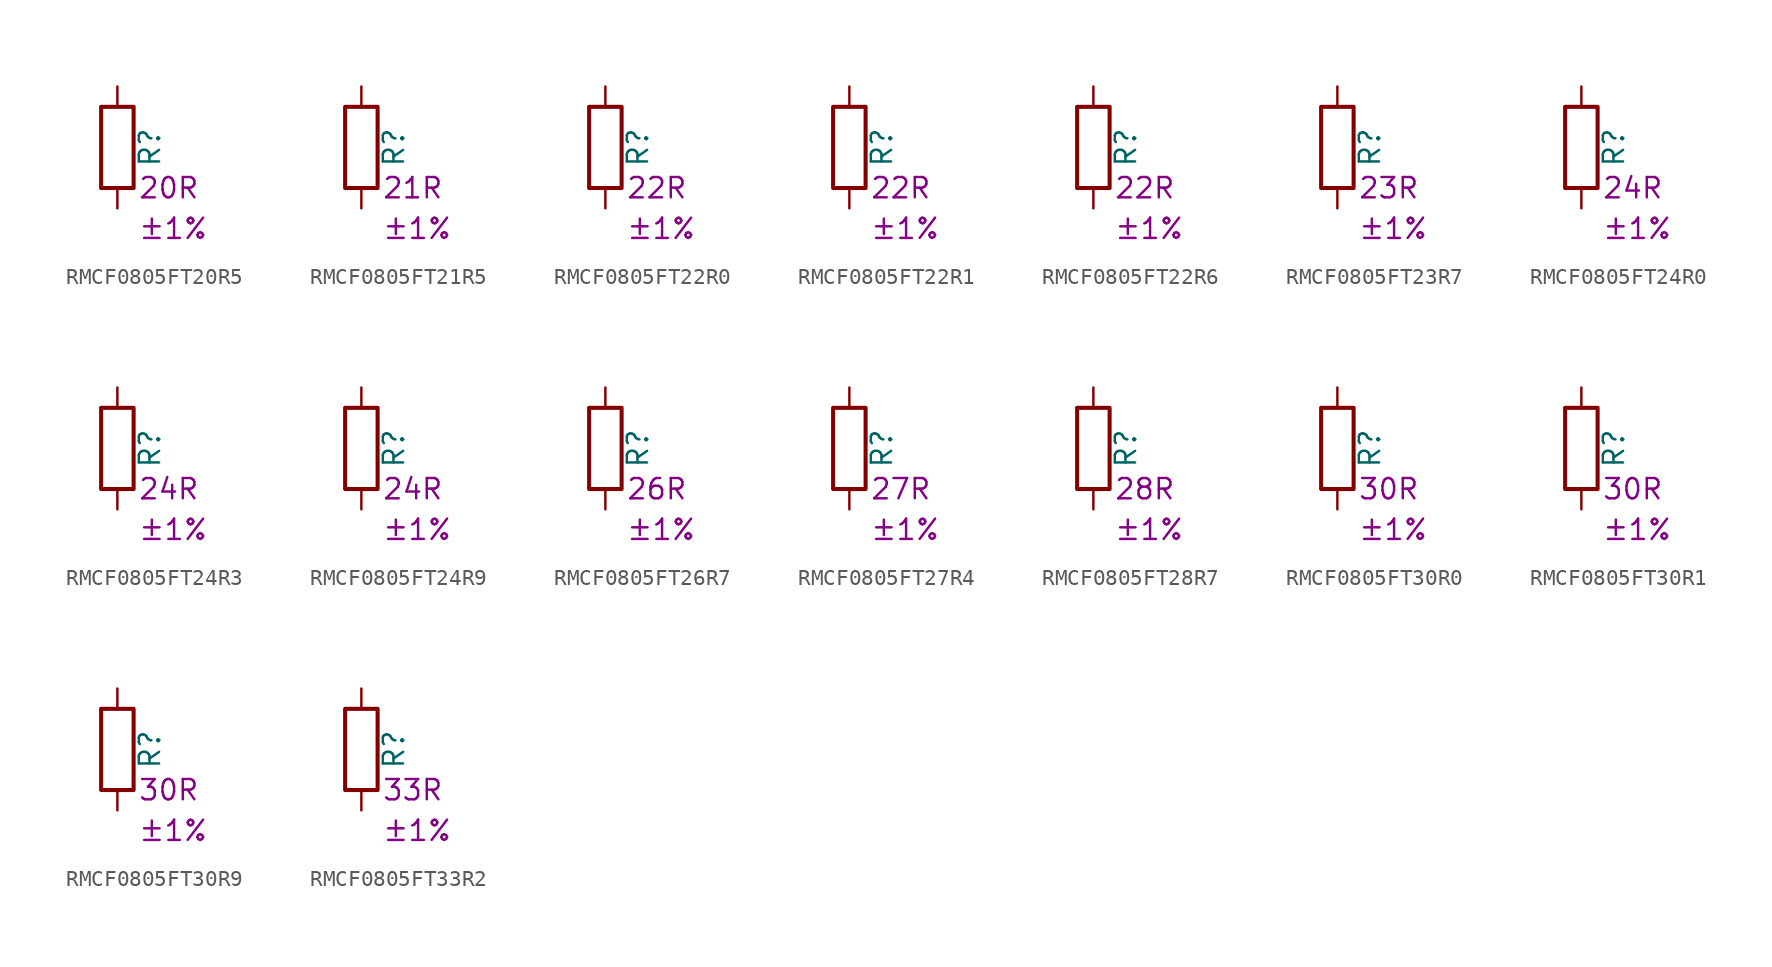
<source format=kicad_sym>
(kicad_symbol_lib
  (version 20220914)
  (generator kicad_symbol_editor)
  (symbol "RMCF0805FT20R5"
    (pin_numbers hide)
    (pin_names
      (offset 0))
    (property "Reference" "R"
      (at 2.032 0 90)
      (effects (font (size 1.27 1.27))))
    (property "Resistance" "20R"
      (at 1.27 -2.54 0)
      (effects (font (size 1.27 1.27)) (justify left)))
    (property "Tolerance" "±1%"
      (at 1.27 -5.08 0)
      (effects (font (size 1.27 1.27)) (justify left)))
    (symbol "RMCF0805FT20R5_0_1"
      (rectangle (start -1.016 -2.54) (end 1.016 2.54) (stroke (width 0.254) (type default)) (fill (type none))))
    (symbol "RMCF0805FT20R5_1_1"
      (pin passive line (at 0 3.81 270) (length 1.27) (name "~" (effects (font (size 1.27 1.27)))) (number "1" (effects (font (size 1.27 1.27)))))
      (pin passive line (at 0 -3.81 90) (length 1.27) (name "~" (effects (font (size 1.27 1.27)))) (number "2" (effects (font (size 1.27 1.27)))))))
  (symbol "RMCF0805FT21R5"
    (pin_numbers hide)
    (pin_names
      (offset 0))
    (property "Reference" "R"
      (at 2.032 0 90)
      (effects (font (size 1.27 1.27))))
    (property "Resistance" "21R"
      (at 1.27 -2.54 0)
      (effects (font (size 1.27 1.27)) (justify left)))
    (property "Tolerance" "±1%"
      (at 1.27 -5.08 0)
      (effects (font (size 1.27 1.27)) (justify left)))
    (symbol "RMCF0805FT21R5_0_1"
      (rectangle (start -1.016 -2.54) (end 1.016 2.54) (stroke (width 0.254) (type default)) (fill (type none))))
    (symbol "RMCF0805FT21R5_1_1"
      (pin passive line (at 0 3.81 270) (length 1.27) (name "~" (effects (font (size 1.27 1.27)))) (number "1" (effects (font (size 1.27 1.27)))))
      (pin passive line (at 0 -3.81 90) (length 1.27) (name "~" (effects (font (size 1.27 1.27)))) (number "2" (effects (font (size 1.27 1.27)))))))
  (symbol "RMCF0805FT22R0"
    (pin_numbers hide)
    (pin_names
      (offset 0))
    (property "Reference" "R"
      (at 2.032 0 90)
      (effects (font (size 1.27 1.27))))
    (property "Resistance" "22R"
      (at 1.27 -2.54 0)
      (effects (font (size 1.27 1.27)) (justify left)))
    (property "Tolerance" "±1%"
      (at 1.27 -5.08 0)
      (effects (font (size 1.27 1.27)) (justify left)))
    (symbol "RMCF0805FT22R0_0_1"
      (rectangle (start -1.016 -2.54) (end 1.016 2.54) (stroke (width 0.254) (type default)) (fill (type none))))
    (symbol "RMCF0805FT22R0_1_1"
      (pin passive line (at 0 3.81 270) (length 1.27) (name "~" (effects (font (size 1.27 1.27)))) (number "1" (effects (font (size 1.27 1.27)))))
      (pin passive line (at 0 -3.81 90) (length 1.27) (name "~" (effects (font (size 1.27 1.27)))) (number "2" (effects (font (size 1.27 1.27)))))))
  (symbol "RMCF0805FT22R1"
    (pin_numbers hide)
    (pin_names
      (offset 0))
    (property "Reference" "R"
      (at 2.032 0 90)
      (effects (font (size 1.27 1.27))))
    (property "Resistance" "22R"
      (at 1.27 -2.54 0)
      (effects (font (size 1.27 1.27)) (justify left)))
    (property "Tolerance" "±1%"
      (at 1.27 -5.08 0)
      (effects (font (size 1.27 1.27)) (justify left)))
    (symbol "RMCF0805FT22R1_0_1"
      (rectangle (start -1.016 -2.54) (end 1.016 2.54) (stroke (width 0.254) (type default)) (fill (type none))))
    (symbol "RMCF0805FT22R1_1_1"
      (pin passive line (at 0 3.81 270) (length 1.27) (name "~" (effects (font (size 1.27 1.27)))) (number "1" (effects (font (size 1.27 1.27)))))
      (pin passive line (at 0 -3.81 90) (length 1.27) (name "~" (effects (font (size 1.27 1.27)))) (number "2" (effects (font (size 1.27 1.27)))))))
  (symbol "RMCF0805FT22R6"
    (pin_numbers hide)
    (pin_names
      (offset 0))
    (property "Reference" "R"
      (at 2.032 0 90)
      (effects (font (size 1.27 1.27))))
    (property "Resistance" "22R"
      (at 1.27 -2.54 0)
      (effects (font (size 1.27 1.27)) (justify left)))
    (property "Tolerance" "±1%"
      (at 1.27 -5.08 0)
      (effects (font (size 1.27 1.27)) (justify left)))
    (symbol "RMCF0805FT22R6_0_1"
      (rectangle (start -1.016 -2.54) (end 1.016 2.54) (stroke (width 0.254) (type default)) (fill (type none))))
    (symbol "RMCF0805FT22R6_1_1"
      (pin passive line (at 0 3.81 270) (length 1.27) (name "~" (effects (font (size 1.27 1.27)))) (number "1" (effects (font (size 1.27 1.27)))))
      (pin passive line (at 0 -3.81 90) (length 1.27) (name "~" (effects (font (size 1.27 1.27)))) (number "2" (effects (font (size 1.27 1.27)))))))
  (symbol "RMCF0805FT23R7"
    (pin_numbers hide)
    (pin_names
      (offset 0))
    (property "Reference" "R"
      (at 2.032 0 90)
      (effects (font (size 1.27 1.27))))
    (property "Resistance" "23R"
      (at 1.27 -2.54 0)
      (effects (font (size 1.27 1.27)) (justify left)))
    (property "Tolerance" "±1%"
      (at 1.27 -5.08 0)
      (effects (font (size 1.27 1.27)) (justify left)))
    (symbol "RMCF0805FT23R7_0_1"
      (rectangle (start -1.016 -2.54) (end 1.016 2.54) (stroke (width 0.254) (type default)) (fill (type none))))
    (symbol "RMCF0805FT23R7_1_1"
      (pin passive line (at 0 3.81 270) (length 1.27) (name "~" (effects (font (size 1.27 1.27)))) (number "1" (effects (font (size 1.27 1.27)))))
      (pin passive line (at 0 -3.81 90) (length 1.27) (name "~" (effects (font (size 1.27 1.27)))) (number "2" (effects (font (size 1.27 1.27)))))))
  (symbol "RMCF0805FT24R0"
    (pin_numbers hide)
    (pin_names
      (offset 0))
    (property "Reference" "R"
      (at 2.032 0 90)
      (effects (font (size 1.27 1.27))))
    (property "Resistance" "24R"
      (at 1.27 -2.54 0)
      (effects (font (size 1.27 1.27)) (justify left)))
    (property "Tolerance" "±1%"
      (at 1.27 -5.08 0)
      (effects (font (size 1.27 1.27)) (justify left)))
    (symbol "RMCF0805FT24R0_0_1"
      (rectangle (start -1.016 -2.54) (end 1.016 2.54) (stroke (width 0.254) (type default)) (fill (type none))))
    (symbol "RMCF0805FT24R0_1_1"
      (pin passive line (at 0 3.81 270) (length 1.27) (name "~" (effects (font (size 1.27 1.27)))) (number "1" (effects (font (size 1.27 1.27)))))
      (pin passive line (at 0 -3.81 90) (length 1.27) (name "~" (effects (font (size 1.27 1.27)))) (number "2" (effects (font (size 1.27 1.27)))))))
  (symbol "RMCF0805FT24R3"
    (pin_numbers hide)
    (pin_names
      (offset 0))
    (property "Reference" "R"
      (at 2.032 0 90)
      (effects (font (size 1.27 1.27))))
    (property "Resistance" "24R"
      (at 1.27 -2.54 0)
      (effects (font (size 1.27 1.27)) (justify left)))
    (property "Tolerance" "±1%"
      (at 1.27 -5.08 0)
      (effects (font (size 1.27 1.27)) (justify left)))
    (symbol "RMCF0805FT24R3_0_1"
      (rectangle (start -1.016 -2.54) (end 1.016 2.54) (stroke (width 0.254) (type default)) (fill (type none))))
    (symbol "RMCF0805FT24R3_1_1"
      (pin passive line (at 0 3.81 270) (length 1.27) (name "~" (effects (font (size 1.27 1.27)))) (number "1" (effects (font (size 1.27 1.27)))))
      (pin passive line (at 0 -3.81 90) (length 1.27) (name "~" (effects (font (size 1.27 1.27)))) (number "2" (effects (font (size 1.27 1.27)))))))
  (symbol "RMCF0805FT24R9"
    (pin_numbers hide)
    (pin_names
      (offset 0))
    (property "Reference" "R"
      (at 2.032 0 90)
      (effects (font (size 1.27 1.27))))
    (property "Resistance" "24R"
      (at 1.27 -2.54 0)
      (effects (font (size 1.27 1.27)) (justify left)))
    (property "Tolerance" "±1%"
      (at 1.27 -5.08 0)
      (effects (font (size 1.27 1.27)) (justify left)))
    (symbol "RMCF0805FT24R9_0_1"
      (rectangle (start -1.016 -2.54) (end 1.016 2.54) (stroke (width 0.254) (type default)) (fill (type none))))
    (symbol "RMCF0805FT24R9_1_1"
      (pin passive line (at 0 3.81 270) (length 1.27) (name "~" (effects (font (size 1.27 1.27)))) (number "1" (effects (font (size 1.27 1.27)))))
      (pin passive line (at 0 -3.81 90) (length 1.27) (name "~" (effects (font (size 1.27 1.27)))) (number "2" (effects (font (size 1.27 1.27)))))))
  (symbol "RMCF0805FT26R7"
    (pin_numbers hide)
    (pin_names
      (offset 0))
    (property "Reference" "R"
      (at 2.032 0 90)
      (effects (font (size 1.27 1.27))))
    (property "Resistance" "26R"
      (at 1.27 -2.54 0)
      (effects (font (size 1.27 1.27)) (justify left)))
    (property "Tolerance" "±1%"
      (at 1.27 -5.08 0)
      (effects (font (size 1.27 1.27)) (justify left)))
    (symbol "RMCF0805FT26R7_0_1"
      (rectangle (start -1.016 -2.54) (end 1.016 2.54) (stroke (width 0.254) (type default)) (fill (type none))))
    (symbol "RMCF0805FT26R7_1_1"
      (pin passive line (at 0 3.81 270) (length 1.27) (name "~" (effects (font (size 1.27 1.27)))) (number "1" (effects (font (size 1.27 1.27)))))
      (pin passive line (at 0 -3.81 90) (length 1.27) (name "~" (effects (font (size 1.27 1.27)))) (number "2" (effects (font (size 1.27 1.27)))))))
  (symbol "RMCF0805FT27R4"
    (pin_numbers hide)
    (pin_names
      (offset 0))
    (property "Reference" "R"
      (at 2.032 0 90)
      (effects (font (size 1.27 1.27))))
    (property "Resistance" "27R"
      (at 1.27 -2.54 0)
      (effects (font (size 1.27 1.27)) (justify left)))
    (property "Tolerance" "±1%"
      (at 1.27 -5.08 0)
      (effects (font (size 1.27 1.27)) (justify left)))
    (symbol "RMCF0805FT27R4_0_1"
      (rectangle (start -1.016 -2.54) (end 1.016 2.54) (stroke (width 0.254) (type default)) (fill (type none))))
    (symbol "RMCF0805FT27R4_1_1"
      (pin passive line (at 0 3.81 270) (length 1.27) (name "~" (effects (font (size 1.27 1.27)))) (number "1" (effects (font (size 1.27 1.27)))))
      (pin passive line (at 0 -3.81 90) (length 1.27) (name "~" (effects (font (size 1.27 1.27)))) (number "2" (effects (font (size 1.27 1.27)))))))
  (symbol "RMCF0805FT28R7"
    (pin_numbers hide)
    (pin_names
      (offset 0))
    (property "Reference" "R"
      (at 2.032 0 90)
      (effects (font (size 1.27 1.27))))
    (property "Resistance" "28R"
      (at 1.27 -2.54 0)
      (effects (font (size 1.27 1.27)) (justify left)))
    (property "Tolerance" "±1%"
      (at 1.27 -5.08 0)
      (effects (font (size 1.27 1.27)) (justify left)))
    (symbol "RMCF0805FT28R7_0_1"
      (rectangle (start -1.016 -2.54) (end 1.016 2.54) (stroke (width 0.254) (type default)) (fill (type none))))
    (symbol "RMCF0805FT28R7_1_1"
      (pin passive line (at 0 3.81 270) (length 1.27) (name "~" (effects (font (size 1.27 1.27)))) (number "1" (effects (font (size 1.27 1.27)))))
      (pin passive line (at 0 -3.81 90) (length 1.27) (name "~" (effects (font (size 1.27 1.27)))) (number "2" (effects (font (size 1.27 1.27)))))))
  (symbol "RMCF0805FT30R0"
    (pin_numbers hide)
    (pin_names
      (offset 0))
    (property "Reference" "R"
      (at 2.032 0 90)
      (effects (font (size 1.27 1.27))))
    (property "Resistance" "30R"
      (at 1.27 -2.54 0)
      (effects (font (size 1.27 1.27)) (justify left)))
    (property "Tolerance" "±1%"
      (at 1.27 -5.08 0)
      (effects (font (size 1.27 1.27)) (justify left)))
    (symbol "RMCF0805FT30R0_0_1"
      (rectangle (start -1.016 -2.54) (end 1.016 2.54) (stroke (width 0.254) (type default)) (fill (type none))))
    (symbol "RMCF0805FT30R0_1_1"
      (pin passive line (at 0 3.81 270) (length 1.27) (name "~" (effects (font (size 1.27 1.27)))) (number "1" (effects (font (size 1.27 1.27)))))
      (pin passive line (at 0 -3.81 90) (length 1.27) (name "~" (effects (font (size 1.27 1.27)))) (number "2" (effects (font (size 1.27 1.27)))))))
  (symbol "RMCF0805FT30R1"
    (pin_numbers hide)
    (pin_names
      (offset 0))
    (property "Reference" "R"
      (at 2.032 0 90)
      (effects (font (size 1.27 1.27))))
    (property "Resistance" "30R"
      (at 1.27 -2.54 0)
      (effects (font (size 1.27 1.27)) (justify left)))
    (property "Tolerance" "±1%"
      (at 1.27 -5.08 0)
      (effects (font (size 1.27 1.27)) (justify left)))
    (symbol "RMCF0805FT30R1_0_1"
      (rectangle (start -1.016 -2.54) (end 1.016 2.54) (stroke (width 0.254) (type default)) (fill (type none))))
    (symbol "RMCF0805FT30R1_1_1"
      (pin passive line (at 0 3.81 270) (length 1.27) (name "~" (effects (font (size 1.27 1.27)))) (number "1" (effects (font (size 1.27 1.27)))))
      (pin passive line (at 0 -3.81 90) (length 1.27) (name "~" (effects (font (size 1.27 1.27)))) (number "2" (effects (font (size 1.27 1.27)))))))
  (symbol "RMCF0805FT30R9"
    (pin_numbers hide)
    (pin_names
      (offset 0))
    (property "Reference" "R"
      (at 2.032 0 90)
      (effects (font (size 1.27 1.27))))
    (property "Resistance" "30R"
      (at 1.27 -2.54 0)
      (effects (font (size 1.27 1.27)) (justify left)))
    (property "Tolerance" "±1%"
      (at 1.27 -5.08 0)
      (effects (font (size 1.27 1.27)) (justify left)))
    (symbol "RMCF0805FT30R9_0_1"
      (rectangle (start -1.016 -2.54) (end 1.016 2.54) (stroke (width 0.254) (type default)) (fill (type none))))
    (symbol "RMCF0805FT30R9_1_1"
      (pin passive line (at 0 3.81 270) (length 1.27) (name "~" (effects (font (size 1.27 1.27)))) (number "1" (effects (font (size 1.27 1.27)))))
      (pin passive line (at 0 -3.81 90) (length 1.27) (name "~" (effects (font (size 1.27 1.27)))) (number "2" (effects (font (size 1.27 1.27)))))))
  (symbol "RMCF0805FT33R2"
    (pin_numbers hide)
    (pin_names
      (offset 0))
    (property "Reference" "R"
      (at 2.032 0 90)
      (effects (font (size 1.27 1.27))))
    (property "Resistance" "33R"
      (at 1.27 -2.54 0)
      (effects (font (size 1.27 1.27)) (justify left)))
    (property "Tolerance" "±1%"
      (at 1.27 -5.08 0)
      (effects (font (size 1.27 1.27)) (justify left)))
    (symbol "RMCF0805FT33R2_0_1"
      (rectangle (start -1.016 -2.54) (end 1.016 2.54) (stroke (width 0.254) (type default)) (fill (type none))))
    (symbol "RMCF0805FT33R2_1_1"
      (pin passive line (at 0 3.81 270) (length 1.27) (name "~" (effects (font (size 1.27 1.27)))) (number "1" (effects (font (size 1.27 1.27)))))
      (pin passive line (at 0 -3.81 90) (length 1.27) (name "~" (effects (font (size 1.27 1.27)))) (number "2" (effects (font (size 1.27 1.27))))))))
</source>
